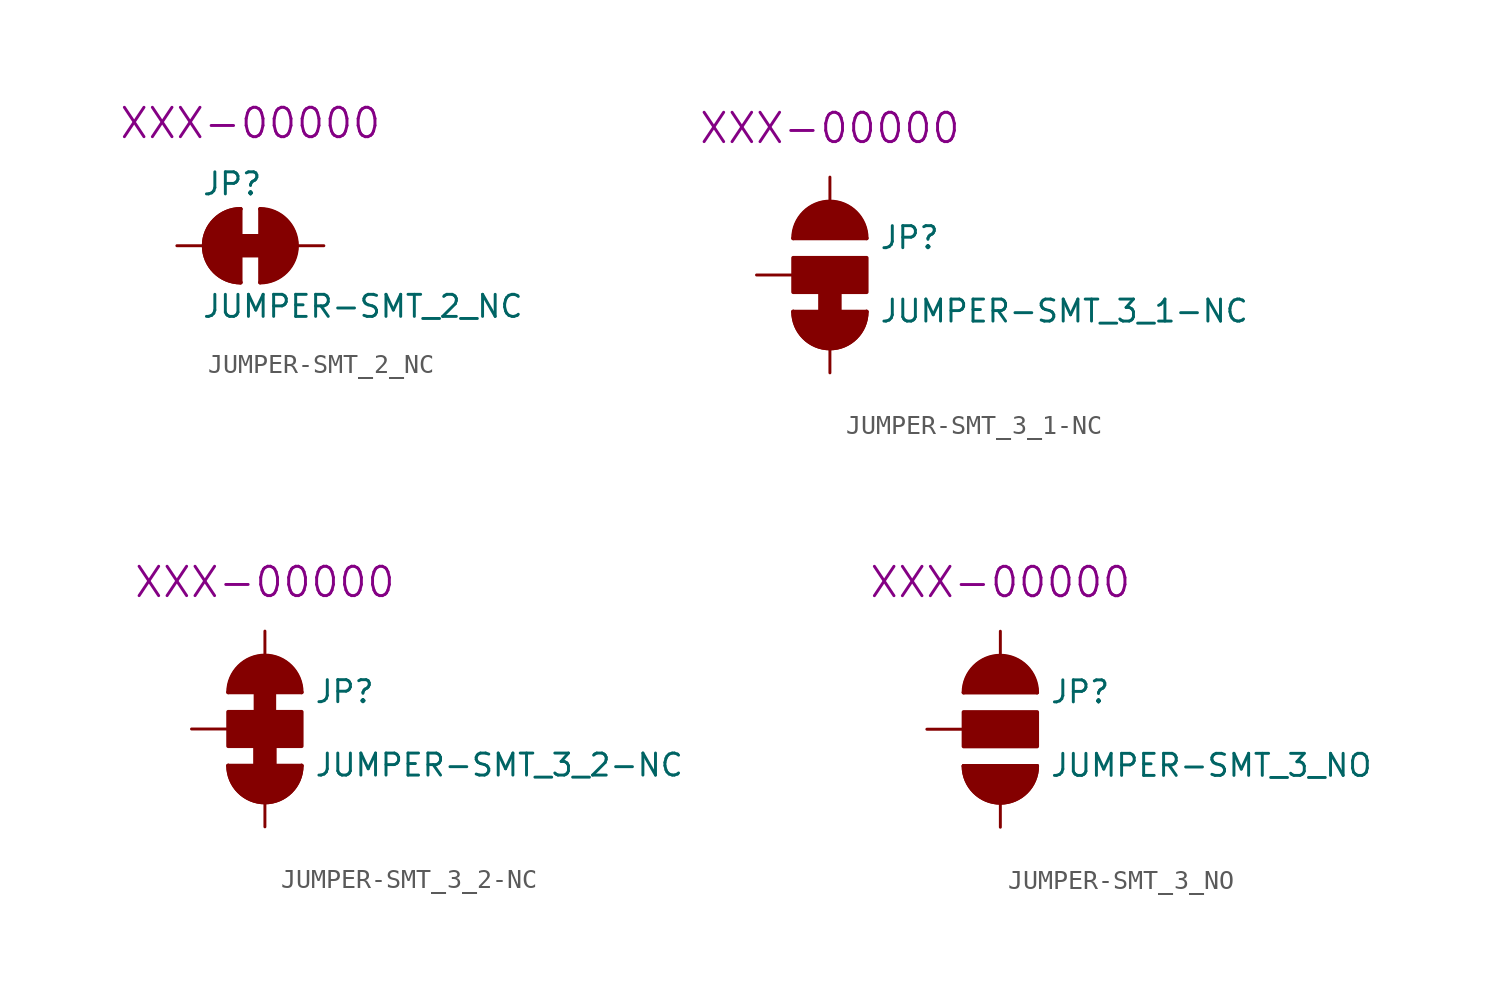
<source format=kicad_sym>
(kicad_symbol_lib
  (version 20220914)
  (generator kicad_symbol_editor)
  (symbol "JUMPER-SMT_2_NC"
    (pin_numbers hide)
    (pin_names
      (offset 1.016) hide)
    (property "Reference" "JP"
      (at -2.54 2.54 0)
      (effects (font (size 1.143 1.143)) (justify left bottom)))
    (property "Value" "JUMPER-SMT_2_NC"
      (at -2.54 -3.81 0)
      (effects (font (size 1.143 1.143)) (justify left bottom)))
    (property "PROD_ID" "XXX-00000"
      (at 0 6.35 0)
      (effects (font (size 1.524 1.524))))
    (property "ki_locked" ""
      (at 0 0 0)
      (effects (font (size 1.27 1.27))))
    (symbol "JUMPER-SMT_2_NC_0_1"
      (rectangle (start -0.508 0.508) (end 0.508 -0.508) (stroke (width 0.203) (type solid)) (fill (type outline)))
      (arc (start -0.508 1.905) (mid -2.4047 0) (end -0.508 -1.905) (stroke (width 0.2032) (type solid)) (fill (type none)))
      (arc (start -0.508 1.905) (mid -2.4047 0) (end -0.508 -1.905) (stroke (width 0.2032) (type solid)) (fill (type outline)))
      (polyline (pts (xy -0.508 1.905) (xy -0.508 -1.905)) (stroke (width 0.203) (type solid)) (fill (type none)))
      (polyline (pts (xy 0.508 1.905) (xy 0.508 -1.905)) (stroke (width 0.203) (type solid)) (fill (type none)))
      (arc (start 0.508 -1.905) (mid 2.4047 0) (end 0.508 1.905) (stroke (width 0) (type solid)) (fill (type outline)))
      (arc (start 0.508 -1.905) (mid 2.4047 0) (end 0.508 1.905) (stroke (width 0.2032) (type solid)) (fill (type none))))
    (symbol "JUMPER-SMT_2_NC_1_1"
      (pin passive line (at -3.81 0 0) (length 2.54) (name "1" (effects (font (size 1.016 1.016)))) (number "1" (effects (font (size 1.016 1.016)))))
      (pin passive line (at 3.81 0 180) (length 2.54) (name "2" (effects (font (size 1.016 1.016)))) (number "2" (effects (font (size 1.016 1.016)))))))
  (symbol "JUMPER-SMT_3_1-NC"
    (pin_numbers hide)
    (pin_names
      (offset 1.016) hide)
    (property "Reference" "JP"
      (at 2.54 1.27 0)
      (effects (font (size 1.143 1.143)) (justify left bottom)))
    (property "Value" "JUMPER-SMT_3_1-NC"
      (at 2.54 -2.54 0)
      (effects (font (size 1.143 1.143)) (justify left bottom)))
    (property "PROD_ID" "XXX-00000"
      (at 0 7.62 0)
      (effects (font (size 1.524 1.524))))
    (property "ki_locked" ""
      (at 0 0 0)
      (effects (font (size 1.27 1.27))))
    (symbol "JUMPER-SMT_3_1-NC_0_1"
      (arc (start -1.905 -1.905) (mid 0 -3.8017) (end 1.905 -1.905) (stroke (width 0.2032) (type solid)) (fill (type none)))
      (arc (start -1.905 -1.905) (mid 0 -3.8017) (end 1.905 -1.905) (stroke (width 0.2032) (type solid)) (fill (type outline)))
      (rectangle (start -0.508 -1.905) (end 0.508 -0.889) (stroke (width 0.203) (type solid)) (fill (type outline)))
      (polyline (pts (xy -1.905 -1.905) (xy 1.905 -1.905)) (stroke (width 0.203) (type solid)) (fill (type none)))
      (polyline (pts (xy 1.905 1.905) (xy -1.905 1.905)) (stroke (width 0.203) (type solid)) (fill (type none)))
      (rectangle (start 1.905 -0.889) (end -1.905 0.889) (stroke (width 0.203) (type solid)) (fill (type outline)))
      (arc (start 1.905 1.905) (mid 0 3.8017) (end -1.905 1.905) (stroke (width 0) (type solid)) (fill (type outline)))
      (arc (start 1.905 1.905) (mid 0 3.8017) (end -1.905 1.905) (stroke (width 0.2032) (type solid)) (fill (type none))))
    (symbol "JUMPER-SMT_3_1-NC_1_1"
      (pin passive line (at 0 5.08 270) (length 2.54) (name "1" (effects (font (size 1.016 1.016)))) (number "1" (effects (font (size 1.016 1.016)))))
      (pin passive line (at -3.81 0 0) (length 2.54) (name "2" (effects (font (size 1.016 1.016)))) (number "2" (effects (font (size 1.016 1.016)))))
      (pin passive line (at 0 -5.08 90) (length 2.54) (name "3" (effects (font (size 1.016 1.016)))) (number "3" (effects (font (size 1.016 1.016)))))))
  (symbol "JUMPER-SMT_3_2-NC"
    (pin_numbers hide)
    (pin_names
      (offset 1.016) hide)
    (property "Reference" "JP"
      (at 2.54 1.27 0)
      (effects (font (size 1.143 1.143)) (justify left bottom)))
    (property "Value" "JUMPER-SMT_3_2-NC"
      (at 2.54 -2.54 0)
      (effects (font (size 1.143 1.143)) (justify left bottom)))
    (property "PROD_ID" "XXX-00000"
      (at 0 7.62 0)
      (effects (font (size 1.524 1.524))))
    (property "ki_locked" ""
      (at 0 0 0)
      (effects (font (size 1.27 1.27))))
    (symbol "JUMPER-SMT_3_2-NC_0_1"
      (arc (start -1.905 -1.905) (mid 0 -3.8017) (end 1.905 -1.905) (stroke (width 0.2032) (type solid)) (fill (type none)))
      (arc (start -1.905 -1.905) (mid 0 -3.8017) (end 1.905 -1.905) (stroke (width 0.2032) (type solid)) (fill (type outline)))
      (rectangle (start -0.508 -1.905) (end 0.508 -0.889) (stroke (width 0.203) (type solid)) (fill (type outline)))
      (rectangle (start -0.508 1.905) (end 0.508 0.889) (stroke (width 0) (type solid)) (fill (type outline)))
      (polyline (pts (xy -1.905 -1.905) (xy 1.905 -1.905)) (stroke (width 0.203) (type solid)) (fill (type none)))
      (polyline (pts (xy 1.905 1.905) (xy -1.905 1.905)) (stroke (width 0.203) (type solid)) (fill (type none)))
      (rectangle (start 1.905 -0.889) (end -1.905 0.889) (stroke (width 0.203) (type solid)) (fill (type outline)))
      (arc (start 1.905 1.905) (mid 0 3.8017) (end -1.905 1.905) (stroke (width 0) (type solid)) (fill (type outline)))
      (arc (start 1.905 1.905) (mid 0 3.8017) (end -1.905 1.905) (stroke (width 0.2032) (type solid)) (fill (type none))))
    (symbol "JUMPER-SMT_3_2-NC_1_1"
      (pin passive line (at 0 5.08 270) (length 2.54) (name "1" (effects (font (size 1.016 1.016)))) (number "1" (effects (font (size 1.016 1.016)))))
      (pin passive line (at -3.81 0 0) (length 2.54) (name "2" (effects (font (size 1.016 1.016)))) (number "2" (effects (font (size 1.016 1.016)))))
      (pin passive line (at 0 -5.08 90) (length 2.54) (name "3" (effects (font (size 1.016 1.016)))) (number "3" (effects (font (size 1.016 1.016)))))))
  (symbol "JUMPER-SMT_3_NO"
    (pin_numbers hide)
    (pin_names
      (offset 1.016) hide)
    (property "Reference" "JP"
      (at 2.54 1.27 0)
      (effects (font (size 1.143 1.143)) (justify left bottom)))
    (property "Value" "JUMPER-SMT_3_NO"
      (at 2.54 -2.54 0)
      (effects (font (size 1.143 1.143)) (justify left bottom)))
    (property "PROD_ID" "XXX-00000"
      (at 0 7.62 0)
      (effects (font (size 1.524 1.524))))
    (property "ki_locked" ""
      (at 0 0 0)
      (effects (font (size 1.27 1.27))))
    (symbol "JUMPER-SMT_3_NO_0_1"
      (arc (start -1.905 -1.905) (mid 0 -3.8017) (end 1.905 -1.905) (stroke (width 0.2032) (type solid)) (fill (type none)))
      (arc (start -1.905 -1.905) (mid 0 -3.8017) (end 1.905 -1.905) (stroke (width 0.2032) (type solid)) (fill (type outline)))
      (polyline (pts (xy -1.905 -1.905) (xy 1.905 -1.905)) (stroke (width 0.203) (type solid)) (fill (type none)))
      (polyline (pts (xy 1.905 1.905) (xy -1.905 1.905)) (stroke (width 0.203) (type solid)) (fill (type none)))
      (rectangle (start 1.905 -0.889) (end -1.905 0.889) (stroke (width 0.203) (type solid)) (fill (type outline)))
      (arc (start 1.905 1.905) (mid 0 3.8017) (end -1.905 1.905) (stroke (width 0) (type solid)) (fill (type outline)))
      (arc (start 1.905 1.905) (mid 0 3.8017) (end -1.905 1.905) (stroke (width 0.2032) (type solid)) (fill (type none))))
    (symbol "JUMPER-SMT_3_NO_1_1"
      (pin passive line (at 0 5.08 270) (length 2.54) (name "1" (effects (font (size 1.016 1.016)))) (number "1" (effects (font (size 1.016 1.016)))))
      (pin passive line (at -3.81 0 0) (length 2.54) (name "2" (effects (font (size 1.016 1.016)))) (number "2" (effects (font (size 1.016 1.016)))))
      (pin passive line (at 0 -5.08 90) (length 2.54) (name "3" (effects (font (size 1.016 1.016)))) (number "3" (effects (font (size 1.016 1.016))))))))
</source>
